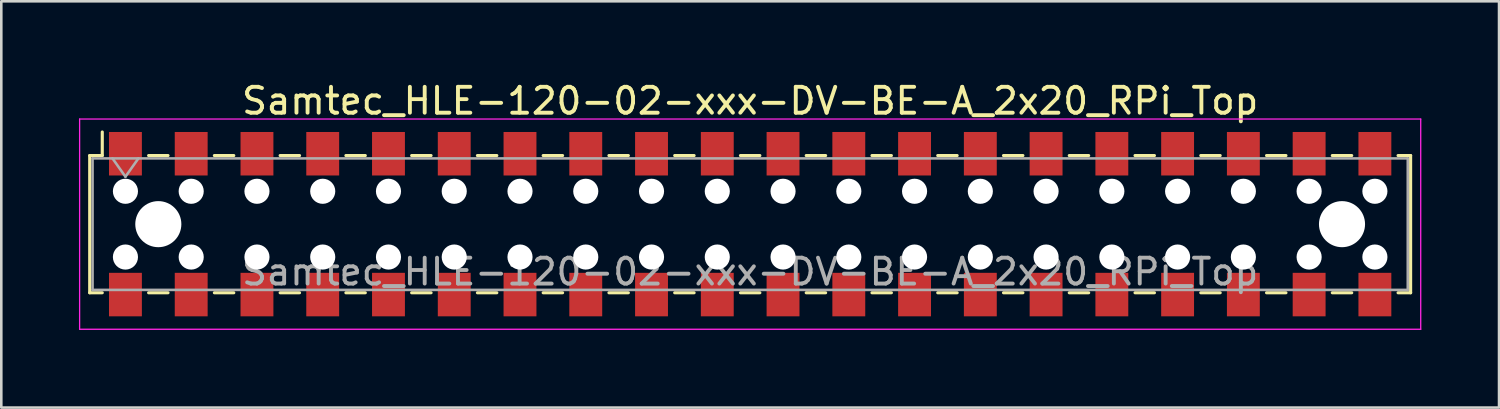
<source format=kicad_pcb>
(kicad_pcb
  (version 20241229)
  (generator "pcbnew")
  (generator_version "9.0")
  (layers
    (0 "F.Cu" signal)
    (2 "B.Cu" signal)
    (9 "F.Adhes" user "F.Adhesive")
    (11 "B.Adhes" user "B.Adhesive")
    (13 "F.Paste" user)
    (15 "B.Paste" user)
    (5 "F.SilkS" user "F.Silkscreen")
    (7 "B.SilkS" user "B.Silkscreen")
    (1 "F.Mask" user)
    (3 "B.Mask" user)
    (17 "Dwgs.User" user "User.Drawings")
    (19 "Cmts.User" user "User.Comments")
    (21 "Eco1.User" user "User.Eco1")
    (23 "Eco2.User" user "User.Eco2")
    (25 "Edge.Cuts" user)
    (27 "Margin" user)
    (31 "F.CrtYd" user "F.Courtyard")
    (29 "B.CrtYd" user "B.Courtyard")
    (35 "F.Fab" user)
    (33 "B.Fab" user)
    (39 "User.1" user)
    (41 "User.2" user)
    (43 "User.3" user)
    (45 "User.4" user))
  (footprint "Samtec_HLE-120-02-xxx-DV-BE-A_2x20_RPi_Top"
    (layer "F.Cu")
    (at 25.925 5.608)
    (property "Reference" "Samtec_HLE-120-02-xxx-DV-BE-A_2x20_RPi_Top" (at 0 -4.76 0) (layer "F.SilkS") (effects (font (size 1 1) (thickness 0.15))))
    (attr smd)
    (fp_line (start -25.51 -2.65) (end -25.51 2.65) (stroke (width 0.12) (type solid)) (layer "F.SilkS"))
    (fp_line (start -25.51 2.65) (end -25.025 2.65) (stroke (width 0.12) (type solid)) (layer "F.SilkS"))
    (fp_line (start -25.025 -3.56) (end -25.025 -2.65) (stroke (width 0.12) (type solid)) (layer "F.SilkS"))
    (fp_line (start -25.025 -2.65) (end -25.51 -2.65) (stroke (width 0.12) (type solid)) (layer "F.SilkS"))
    (fp_line (start -23.235 -2.65) (end -22.485 -2.65) (stroke (width 0.12) (type solid)) (layer "F.SilkS"))
    (fp_line (start -23.235 2.65) (end -22.485 2.65) (stroke (width 0.12) (type solid)) (layer "F.SilkS"))
    (fp_line (start -20.695 -2.65) (end -19.945 -2.65) (stroke (width 0.12) (type solid)) (layer "F.SilkS"))
    (fp_line (start -20.695 2.65) (end -19.945 2.65) (stroke (width 0.12) (type solid)) (layer "F.SilkS"))
    (fp_line (start -18.155 -2.65) (end -17.405 -2.65) (stroke (width 0.12) (type solid)) (layer "F.SilkS"))
    (fp_line (start -18.155 2.65) (end -17.405 2.65) (stroke (width 0.12) (type solid)) (layer "F.SilkS"))
    (fp_line (start -15.615 -2.65) (end -14.865 -2.65) (stroke (width 0.12) (type solid)) (layer "F.SilkS"))
    (fp_line (start -15.615 2.65) (end -14.865 2.65) (stroke (width 0.12) (type solid)) (layer "F.SilkS"))
    (fp_line (start -13.075 -2.65) (end -12.325 -2.65) (stroke (width 0.12) (type solid)) (layer "F.SilkS"))
    (fp_line (start -13.075 2.65) (end -12.325 2.65) (stroke (width 0.12) (type solid)) (layer "F.SilkS"))
    (fp_line (start -10.535 -2.65) (end -9.785 -2.65) (stroke (width 0.12) (type solid)) (layer "F.SilkS"))
    (fp_line (start -10.535 2.65) (end -9.785 2.65) (stroke (width 0.12) (type solid)) (layer "F.SilkS"))
    (fp_line (start -7.995 -2.65) (end -7.245 -2.65) (stroke (width 0.12) (type solid)) (layer "F.SilkS"))
    (fp_line (start -7.995 2.65) (end -7.245 2.65) (stroke (width 0.12) (type solid)) (layer "F.SilkS"))
    (fp_line (start -5.455 -2.65) (end -4.705 -2.65) (stroke (width 0.12) (type solid)) (layer "F.SilkS"))
    (fp_line (start -5.455 2.65) (end -4.705 2.65) (stroke (width 0.12) (type solid)) (layer "F.SilkS"))
    (fp_line (start -2.915 -2.65) (end -2.165 -2.65) (stroke (width 0.12) (type solid)) (layer "F.SilkS"))
    (fp_line (start -2.915 2.65) (end -2.165 2.65) (stroke (width 0.12) (type solid)) (layer "F.SilkS"))
    (fp_line (start -0.375 -2.65) (end 0.375 -2.65) (stroke (width 0.12) (type solid)) (layer "F.SilkS"))
    (fp_line (start -0.375 2.65) (end 0.375 2.65) (stroke (width 0.12) (type solid)) (layer "F.SilkS"))
    (fp_line (start 2.165 -2.65) (end 2.915 -2.65) (stroke (width 0.12) (type solid)) (layer "F.SilkS"))
    (fp_line (start 2.165 2.65) (end 2.915 2.65) (stroke (width 0.12) (type solid)) (layer "F.SilkS"))
    (fp_line (start 4.705 -2.65) (end 5.455 -2.65) (stroke (width 0.12) (type solid)) (layer "F.SilkS"))
    (fp_line (start 4.705 2.65) (end 5.455 2.65) (stroke (width 0.12) (type solid)) (layer "F.SilkS"))
    (fp_line (start 7.245 -2.65) (end 7.995 -2.65) (stroke (width 0.12) (type solid)) (layer "F.SilkS"))
    (fp_line (start 7.245 2.65) (end 7.995 2.65) (stroke (width 0.12) (type solid)) (layer "F.SilkS"))
    (fp_line (start 9.785 -2.65) (end 10.535 -2.65) (stroke (width 0.12) (type solid)) (layer "F.SilkS"))
    (fp_line (start 9.785 2.65) (end 10.535 2.65) (stroke (width 0.12) (type solid)) (layer "F.SilkS"))
    (fp_line (start 12.325 -2.65) (end 13.075 -2.65) (stroke (width 0.12) (type solid)) (layer "F.SilkS"))
    (fp_line (start 12.325 2.65) (end 13.075 2.65) (stroke (width 0.12) (type solid)) (layer "F.SilkS"))
    (fp_line (start 14.865 -2.65) (end 15.615 -2.65) (stroke (width 0.12) (type solid)) (layer "F.SilkS"))
    (fp_line (start 14.865 2.65) (end 15.615 2.65) (stroke (width 0.12) (type solid)) (layer "F.SilkS"))
    (fp_line (start 17.405 -2.65) (end 18.155 -2.65) (stroke (width 0.12) (type solid)) (layer "F.SilkS"))
    (fp_line (start 17.405 2.65) (end 18.155 2.65) (stroke (width 0.12) (type solid)) (layer "F.SilkS"))
    (fp_line (start 19.945 -2.65) (end 20.695 -2.65) (stroke (width 0.12) (type solid)) (layer "F.SilkS"))
    (fp_line (start 19.945 2.65) (end 20.695 2.65) (stroke (width 0.12) (type solid)) (layer "F.SilkS"))
    (fp_line (start 22.485 -2.65) (end 23.235 -2.65) (stroke (width 0.12) (type solid)) (layer "F.SilkS"))
    (fp_line (start 22.485 2.65) (end 23.235 2.65) (stroke (width 0.12) (type solid)) (layer "F.SilkS"))
    (fp_line (start 25.025 -2.65) (end 25.51 -2.65) (stroke (width 0.12) (type solid)) (layer "F.SilkS"))
    (fp_line (start 25.51 -2.65) (end 25.51 2.65) (stroke (width 0.12) (type solid)) (layer "F.SilkS"))
    (fp_line (start 25.51 2.65) (end 25.025 2.65) (stroke (width 0.12) (type solid)) (layer "F.SilkS"))
    (fp_line (start -25.9 -4.06) (end 25.9 -4.06) (stroke (width 0.05) (type solid)) (layer "F.CrtYd"))
    (fp_line (start -25.9 4.06) (end -25.9 -4.06) (stroke (width 0.05) (type solid)) (layer "F.CrtYd"))
    (fp_line (start 25.9 -4.06) (end 25.9 4.06) (stroke (width 0.05) (type solid)) (layer "F.CrtYd"))
    (fp_line (start 25.9 4.06) (end -25.9 4.06) (stroke (width 0.05) (type solid)) (layer "F.CrtYd"))
    (fp_line (start -25.4 -2.54) (end 25.4 -2.54) (stroke (width 0.1) (type solid)) (layer "F.Fab"))
    (fp_line (start -25.4 2.54) (end -25.4 -2.54) (stroke (width 0.1) (type solid)) (layer "F.Fab"))
    (fp_line (start -24.63 -2.54) (end -24.13 -1.833) (stroke (width 0.1) (type solid)) (layer "F.Fab"))
    (fp_line (start -24.13 -1.833) (end -23.63 -2.54) (stroke (width 0.1) (type solid)) (layer "F.Fab"))
    (fp_line (start 25.4 -2.54) (end 25.4 2.54) (stroke (width 0.1) (type solid)) (layer "F.Fab"))
    (fp_line (start 25.4 2.54) (end -25.4 2.54) (stroke (width 0.1) (type solid)) (layer "F.Fab"))
    (fp_text user "${REFERENCE}" (at 0 1.84 0) (layer "F.Fab") (effects (font (size 1 1) (thickness 0.15))))
    (pad "" np_thru_hole circle (at -24.13 -1.27) (size 0.97 0.97) (drill 0.97) (layers "*.Cu" "*.Mask"))
    (pad "" np_thru_hole circle (at -24.13 1.27) (size 0.97 0.97) (drill 0.97) (layers "*.Cu" "*.Mask"))
    (pad "" np_thru_hole circle (at -22.86 0) (size 1.78 1.78) (drill 1.78) (layers "*.Cu" "*.Mask"))
    (pad "" np_thru_hole circle (at -21.59 -1.27) (size 0.97 0.97) (drill 0.97) (layers "*.Cu" "*.Mask"))
    (pad "" np_thru_hole circle (at -21.59 1.27) (size 0.97 0.97) (drill 0.97) (layers "*.Cu" "*.Mask"))
    (pad "" np_thru_hole circle (at -19.05 -1.27) (size 0.97 0.97) (drill 0.97) (layers "*.Cu" "*.Mask"))
    (pad "" np_thru_hole circle (at -19.05 1.27) (size 0.97 0.97) (drill 0.97) (layers "*.Cu" "*.Mask"))
    (pad "" np_thru_hole circle (at -16.51 -1.27) (size 0.97 0.97) (drill 0.97) (layers "*.Cu" "*.Mask"))
    (pad "" np_thru_hole circle (at -16.51 1.27) (size 0.97 0.97) (drill 0.97) (layers "*.Cu" "*.Mask"))
    (pad "" np_thru_hole circle (at -13.97 -1.27) (size 0.97 0.97) (drill 0.97) (layers "*.Cu" "*.Mask"))
    (pad "" np_thru_hole circle (at -13.97 1.27) (size 0.97 0.97) (drill 0.97) (layers "*.Cu" "*.Mask"))
    (pad "" np_thru_hole circle (at -11.43 -1.27) (size 0.97 0.97) (drill 0.97) (layers "*.Cu" "*.Mask"))
    (pad "" np_thru_hole circle (at -11.43 1.27) (size 0.97 0.97) (drill 0.97) (layers "*.Cu" "*.Mask"))
    (pad "" np_thru_hole circle (at -8.89 -1.27) (size 0.97 0.97) (drill 0.97) (layers "*.Cu" "*.Mask"))
    (pad "" np_thru_hole circle (at -8.89 1.27) (size 0.97 0.97) (drill 0.97) (layers "*.Cu" "*.Mask"))
    (pad "" np_thru_hole circle (at -6.35 -1.27) (size 0.97 0.97) (drill 0.97) (layers "*.Cu" "*.Mask"))
    (pad "" np_thru_hole circle (at -6.35 1.27) (size 0.97 0.97) (drill 0.97) (layers "*.Cu" "*.Mask"))
    (pad "" np_thru_hole circle (at -3.81 -1.27) (size 0.97 0.97) (drill 0.97) (layers "*.Cu" "*.Mask"))
    (pad "" np_thru_hole circle (at -3.81 1.27) (size 0.97 0.97) (drill 0.97) (layers "*.Cu" "*.Mask"))
    (pad "" np_thru_hole circle (at -1.27 -1.27) (size 0.97 0.97) (drill 0.97) (layers "*.Cu" "*.Mask"))
    (pad "" np_thru_hole circle (at -1.27 1.27) (size 0.97 0.97) (drill 0.97) (layers "*.Cu" "*.Mask"))
    (pad "" np_thru_hole circle (at 1.27 -1.27) (size 0.97 0.97) (drill 0.97) (layers "*.Cu" "*.Mask"))
    (pad "" np_thru_hole circle (at 1.27 1.27) (size 0.97 0.97) (drill 0.97) (layers "*.Cu" "*.Mask"))
    (pad "" np_thru_hole circle (at 3.81 -1.27) (size 0.97 0.97) (drill 0.97) (layers "*.Cu" "*.Mask"))
    (pad "" np_thru_hole circle (at 3.81 1.27) (size 0.97 0.97) (drill 0.97) (layers "*.Cu" "*.Mask"))
    (pad "" np_thru_hole circle (at 6.35 -1.27) (size 0.97 0.97) (drill 0.97) (layers "*.Cu" "*.Mask"))
    (pad "" np_thru_hole circle (at 6.35 1.27) (size 0.97 0.97) (drill 0.97) (layers "*.Cu" "*.Mask"))
    (pad "" np_thru_hole circle (at 8.89 -1.27) (size 0.97 0.97) (drill 0.97) (layers "*.Cu" "*.Mask"))
    (pad "" np_thru_hole circle (at 8.89 1.27) (size 0.97 0.97) (drill 0.97) (layers "*.Cu" "*.Mask"))
    (pad "" np_thru_hole circle (at 11.43 -1.27) (size 0.97 0.97) (drill 0.97) (layers "*.Cu" "*.Mask"))
    (pad "" np_thru_hole circle (at 11.43 1.27) (size 0.97 0.97) (drill 0.97) (layers "*.Cu" "*.Mask"))
    (pad "" np_thru_hole circle (at 13.97 -1.27) (size 0.97 0.97) (drill 0.97) (layers "*.Cu" "*.Mask"))
    (pad "" np_thru_hole circle (at 13.97 1.27) (size 0.97 0.97) (drill 0.97) (layers "*.Cu" "*.Mask"))
    (pad "" np_thru_hole circle (at 16.51 -1.27) (size 0.97 0.97) (drill 0.97) (layers "*.Cu" "*.Mask"))
    (pad "" np_thru_hole circle (at 16.51 1.27) (size 0.97 0.97) (drill 0.97) (layers "*.Cu" "*.Mask"))
    (pad "" np_thru_hole circle (at 19.05 -1.27) (size 0.97 0.97) (drill 0.97) (layers "*.Cu" "*.Mask"))
    (pad "" np_thru_hole circle (at 19.05 1.27) (size 0.97 0.97) (drill 0.97) (layers "*.Cu" "*.Mask"))
    (pad "" np_thru_hole circle (at 21.59 -1.27) (size 0.97 0.97) (drill 0.97) (layers "*.Cu" "*.Mask"))
    (pad "" np_thru_hole circle (at 21.59 1.27) (size 0.97 0.97) (drill 0.97) (layers "*.Cu" "*.Mask"))
    (pad "" np_thru_hole circle (at 22.86 0) (size 1.78 1.78) (drill 1.78) (layers "*.Cu" "*.Mask"))
    (pad "" np_thru_hole circle (at 24.13 -1.27) (size 0.97 0.97) (drill 0.97) (layers "*.Cu" "*.Mask"))
    (pad "" np_thru_hole circle (at 24.13 1.27) (size 0.97 0.97) (drill 0.97) (layers "*.Cu" "*.Mask"))
    (pad "1" smd rect (at -24.13 2.72) (size 1.27 1.68) (layers "F.Cu" "F.Mask" "F.Paste"))
    (pad "2" smd rect (at -24.13 -2.72) (size 1.27 1.68) (layers "F.Cu" "F.Mask" "F.Paste"))
    (pad "3" smd rect (at -21.59 2.72) (size 1.27 1.68) (layers "F.Cu" "F.Mask" "F.Paste"))
    (pad "4" smd rect (at -21.59 -2.72) (size 1.27 1.68) (layers "F.Cu" "F.Mask" "F.Paste"))
    (pad "5" smd rect (at -19.05 2.72) (size 1.27 1.68) (layers "F.Cu" "F.Mask" "F.Paste"))
    (pad "6" smd rect (at -19.05 -2.72) (size 1.27 1.68) (layers "F.Cu" "F.Mask" "F.Paste"))
    (pad "7" smd rect (at -16.51 2.72) (size 1.27 1.68) (layers "F.Cu" "F.Mask" "F.Paste"))
    (pad "8" smd rect (at -16.51 -2.72) (size 1.27 1.68) (layers "F.Cu" "F.Mask" "F.Paste"))
    (pad "9" smd rect (at -13.97 2.72) (size 1.27 1.68) (layers "F.Cu" "F.Mask" "F.Paste"))
    (pad "10" smd rect (at -13.97 -2.72) (size 1.27 1.68) (layers "F.Cu" "F.Mask" "F.Paste"))
    (pad "11" smd rect (at -11.43 2.72) (size 1.27 1.68) (layers "F.Cu" "F.Mask" "F.Paste"))
    (pad "12" smd rect (at -11.43 -2.72) (size 1.27 1.68) (layers "F.Cu" "F.Mask" "F.Paste"))
    (pad "13" smd rect (at -8.89 2.72) (size 1.27 1.68) (layers "F.Cu" "F.Mask" "F.Paste"))
    (pad "14" smd rect (at -8.89 -2.72) (size 1.27 1.68) (layers "F.Cu" "F.Mask" "F.Paste"))
    (pad "15" smd rect (at -6.35 2.72) (size 1.27 1.68) (layers "F.Cu" "F.Mask" "F.Paste"))
    (pad "16" smd rect (at -6.35 -2.72) (size 1.27 1.68) (layers "F.Cu" "F.Mask" "F.Paste"))
    (pad "17" smd rect (at -3.81 2.72) (size 1.27 1.68) (layers "F.Cu" "F.Mask" "F.Paste"))
    (pad "18" smd rect (at -3.81 -2.72) (size 1.27 1.68) (layers "F.Cu" "F.Mask" "F.Paste"))
    (pad "19" smd rect (at -1.27 2.72) (size 1.27 1.68) (layers "F.Cu" "F.Mask" "F.Paste"))
    (pad "20" smd rect (at -1.27 -2.72) (size 1.27 1.68) (layers "F.Cu" "F.Mask" "F.Paste"))
    (pad "21" smd rect (at 1.27 2.72) (size 1.27 1.68) (layers "F.Cu" "F.Mask" "F.Paste"))
    (pad "22" smd rect (at 1.27 -2.72) (size 1.27 1.68) (layers "F.Cu" "F.Mask" "F.Paste"))
    (pad "23" smd rect (at 3.81 2.72) (size 1.27 1.68) (layers "F.Cu" "F.Mask" "F.Paste"))
    (pad "24" smd rect (at 3.81 -2.72) (size 1.27 1.68) (layers "F.Cu" "F.Mask" "F.Paste"))
    (pad "25" smd rect (at 6.35 2.72) (size 1.27 1.68) (layers "F.Cu" "F.Mask" "F.Paste"))
    (pad "26" smd rect (at 6.35 -2.72) (size 1.27 1.68) (layers "F.Cu" "F.Mask" "F.Paste"))
    (pad "27" smd rect (at 8.89 2.72) (size 1.27 1.68) (layers "F.Cu" "F.Mask" "F.Paste"))
    (pad "28" smd rect (at 8.89 -2.72) (size 1.27 1.68) (layers "F.Cu" "F.Mask" "F.Paste"))
    (pad "29" smd rect (at 11.43 2.72) (size 1.27 1.68) (layers "F.Cu" "F.Mask" "F.Paste"))
    (pad "30" smd rect (at 11.43 -2.72) (size 1.27 1.68) (layers "F.Cu" "F.Mask" "F.Paste"))
    (pad "31" smd rect (at 13.97 2.72) (size 1.27 1.68) (layers "F.Cu" "F.Mask" "F.Paste"))
    (pad "32" smd rect (at 13.97 -2.72) (size 1.27 1.68) (layers "F.Cu" "F.Mask" "F.Paste"))
    (pad "33" smd rect (at 16.51 2.72) (size 1.27 1.68) (layers "F.Cu" "F.Mask" "F.Paste"))
    (pad "34" smd rect (at 16.51 -2.72) (size 1.27 1.68) (layers "F.Cu" "F.Mask" "F.Paste"))
    (pad "35" smd rect (at 19.05 2.72) (size 1.27 1.68) (layers "F.Cu" "F.Mask" "F.Paste"))
    (pad "36" smd rect (at 19.05 -2.72) (size 1.27 1.68) (layers "F.Cu" "F.Mask" "F.Paste"))
    (pad "37" smd rect (at 21.59 2.72) (size 1.27 1.68) (layers "F.Cu" "F.Mask" "F.Paste"))
    (pad "38" smd rect (at 21.59 -2.72) (size 1.27 1.68) (layers "F.Cu" "F.Mask" "F.Paste"))
    (pad "39" smd rect (at 24.13 2.72) (size 1.27 1.68) (layers "F.Cu" "F.Mask" "F.Paste"))
    (pad "40" smd rect (at 24.13 -2.72) (size 1.27 1.68) (layers "F.Cu" "F.Mask" "F.Paste")))
  (gr_rect
    (start -3 -3)
    (end 54.85 12.693)
    (stroke (width 0.1) (type default))
    (fill no)
    (layer "Edge.Cuts")))
</source>
